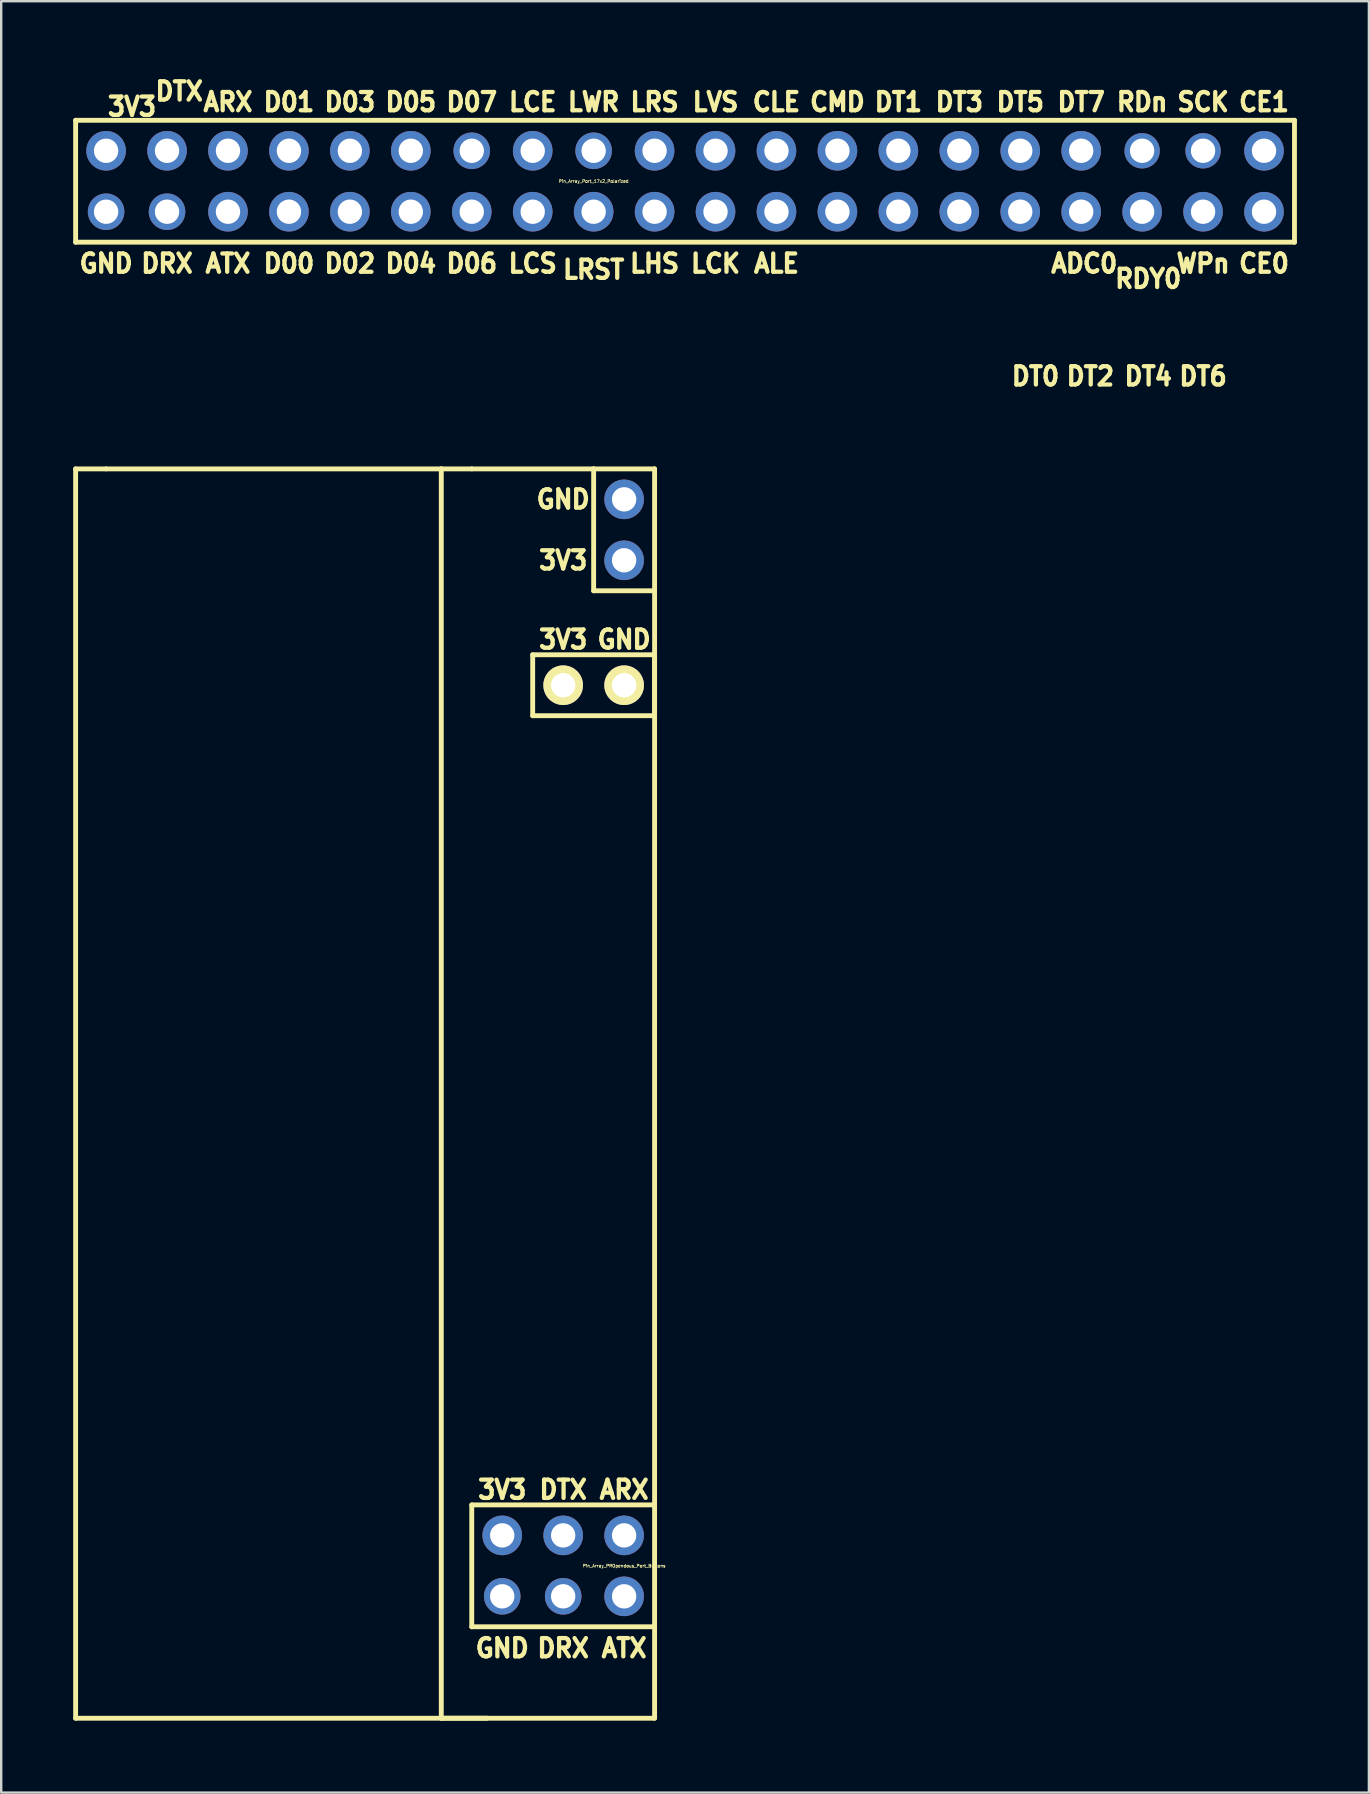
<source format=kicad_pcb>
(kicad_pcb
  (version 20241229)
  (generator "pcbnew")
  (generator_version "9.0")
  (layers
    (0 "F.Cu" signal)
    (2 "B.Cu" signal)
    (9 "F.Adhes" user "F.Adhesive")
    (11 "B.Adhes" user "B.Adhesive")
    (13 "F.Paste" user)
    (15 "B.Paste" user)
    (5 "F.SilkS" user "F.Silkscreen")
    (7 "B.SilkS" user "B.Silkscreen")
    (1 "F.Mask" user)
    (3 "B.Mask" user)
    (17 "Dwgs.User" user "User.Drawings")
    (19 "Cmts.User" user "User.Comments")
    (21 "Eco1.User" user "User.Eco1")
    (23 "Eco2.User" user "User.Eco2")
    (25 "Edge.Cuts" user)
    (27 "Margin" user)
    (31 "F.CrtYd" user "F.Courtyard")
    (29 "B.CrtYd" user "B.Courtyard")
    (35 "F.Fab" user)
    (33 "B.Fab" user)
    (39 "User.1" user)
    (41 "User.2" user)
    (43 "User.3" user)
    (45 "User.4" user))
  (footprint "Pin_Array_PROpendous_Port_Buttons"
    (layer "F.Cu")
    (at 22.962 62.212)
    (property "Reference" "Pin_Array_PROpendous_Port_Buttons" (at 0 0 0) (layer "F.SilkS") (effects (font (size 0.127 0.127) (thickness 0.025))))
    (attr through_hole)
    (fp_line (start -22.86 -45.72) (end -22.86 6.35) (stroke (width 0.203) (type solid)) (layer "F.SilkS"))
    (fp_line (start -22.86 6.35) (end -7.62 6.35) (stroke (width 0.203) (type solid)) (layer "F.SilkS"))
    (fp_line (start -21.59 -45.72) (end -22.86 -45.72) (stroke (width 0.203) (type solid)) (layer "F.SilkS"))
    (fp_line (start -21.59 -45.72) (end -7.62 -45.72) (stroke (width 0.203) (type solid)) (layer "F.SilkS"))
    (fp_line (start -7.62 -45.72) (end -7.62 6.35) (stroke (width 0.203) (type solid)) (layer "F.SilkS"))
    (fp_line (start -7.62 6.35) (end -5.715 6.35) (stroke (width 0.203) (type solid)) (layer "F.SilkS"))
    (fp_line (start -6.35 -45.72) (end -7.62 -45.72) (stroke (width 0.203) (type solid)) (layer "F.SilkS"))
    (fp_line (start -6.35 -45.72) (end -1.27 -45.72) (stroke (width 0.203) (type solid)) (layer "F.SilkS"))
    (fp_line (start -6.35 -2.54) (end -6.35 2.54) (stroke (width 0.203) (type solid)) (layer "F.SilkS"))
    (fp_line (start -6.35 -2.54) (end 1.27 -2.54) (stroke (width 0.203) (type solid)) (layer "F.SilkS"))
    (fp_line (start -6.35 2.54) (end 1.27 2.54) (stroke (width 0.203) (type solid)) (layer "F.SilkS"))
    (fp_line (start -3.81 -37.973) (end -3.81 -35.433) (stroke (width 0.203) (type solid)) (layer "F.SilkS"))
    (fp_line (start -3.81 -35.433) (end 1.27 -35.433) (stroke (width 0.203) (type solid)) (layer "F.SilkS"))
    (fp_line (start -1.27 -45.72) (end -1.27 -40.64) (stroke (width 0.203) (type solid)) (layer "F.SilkS"))
    (fp_line (start -1.27 -45.72) (end 1.27 -45.72) (stroke (width 0.203) (type solid)) (layer "F.SilkS"))
    (fp_line (start -1.27 -40.64) (end 1.27 -40.64) (stroke (width 0.203) (type solid)) (layer "F.SilkS"))
    (fp_line (start 1.27 -45.72) (end 1.27 6.35) (stroke (width 0.203) (type solid)) (layer "F.SilkS"))
    (fp_line (start 1.27 -37.973) (end -3.81 -37.973) (stroke (width 0.203) (type solid)) (layer "F.SilkS"))
    (fp_line (start 1.27 -35.433) (end 1.27 -37.973) (stroke (width 0.203) (type solid)) (layer "F.SilkS"))
    (fp_line (start 1.27 6.35) (end -7.62 6.35) (stroke (width 0.203) (type solid)) (layer "F.SilkS"))
    (fp_text user "GND" (at -2.54 -44.45 0) (layer "F.SilkS") (effects (font (size 0.762 0.711) (thickness 0.178))))
    (fp_text user "GND" (at 0 -38.608 0) (layer "F.SilkS") (effects (font (size 0.762 0.711) (thickness 0.178))))
    (fp_text user "DRX" (at -2.54 3.429 0) (layer "F.SilkS") (effects (font (size 0.762 0.711) (thickness 0.178))))
    (fp_text user "GND" (at -5.08 3.429 0) (layer "F.SilkS") (effects (font (size 0.762 0.711) (thickness 0.178))))
    (fp_text user "3V3" (at -2.54 -41.91 0) (layer "F.SilkS") (effects (font (size 0.762 0.711) (thickness 0.178))))
    (fp_text user "3V3" (at -5.08 -3.175 0) (layer "F.SilkS") (effects (font (size 0.762 0.711) (thickness 0.178))))
    (fp_text user "ATX" (at 0 3.429 0) (layer "F.SilkS") (effects (font (size 0.762 0.711) (thickness 0.178))))
    (fp_text user "3V3" (at -2.54 -38.608 0) (layer "F.SilkS") (effects (font (size 0.762 0.711) (thickness 0.178))))
    (fp_text user "DTX" (at -2.54 -3.175 0) (layer "F.SilkS") (effects (font (size 0.762 0.711) (thickness 0.178))))
    (fp_text user "ARX" (at 0 -3.175 0) (layer "F.SilkS") (effects (font (size 0.762 0.711) (thickness 0.178))))
    (pad "1" thru_hole circle (at -5.08 1.27) (size 1.524 1.524) (drill 1.016) (layers "*.Cu" "*.Mask"))
    (pad "1" thru_hole circle (at 0 -44.45) (size 1.651 1.651) (drill 1.016) (layers "*.Cu" "*.Mask"))
    (pad "1" thru_hole circle (at 0 -36.703) (size 1.651 1.651) (drill 1.016) (layers "*.Cu" "*.Mask" "F.SilkS"))
    (pad "2" thru_hole circle (at -5.08 -1.27) (size 1.651 1.651) (drill 1.016) (layers "*.Cu" "*.Mask"))
    (pad "2" thru_hole circle (at -2.54 -36.703) (size 1.651 1.651) (drill 1.016) (layers "*.Cu" "*.Mask" "F.SilkS"))
    (pad "2" thru_hole circle (at 0 -41.91) (size 1.651 1.651) (drill 1.016) (layers "*.Cu" "*.Mask"))
    (pad "3" thru_hole circle (at -2.54 1.27) (size 1.524 1.524) (drill 1.016) (layers "*.Cu" "*.Mask"))
    (pad "4" thru_hole circle (at -2.54 -1.27) (size 1.651 1.651) (drill 1.016) (layers "*.Cu" "*.Mask"))
    (pad "5" thru_hole circle (at 0 1.27) (size 1.651 1.651) (drill 1.016) (layers "*.Cu" "*.Mask"))
    (pad "6" thru_hole circle (at 0 -1.27) (size 1.651 1.651) (drill 1.016) (layers "*.Cu" "*.Mask")))
  (footprint "Pin_Array_Port_17x2_Polarized"
    (layer "F.Cu")
    (at 21.692 4.504)
    (property "Reference" "Pin_Array_Port_17x2_Polarized" (at 0 0 0) (layer "F.SilkS") (effects (font (size 0.127 0.127) (thickness 0.025))))
    (attr through_hole)
    (fp_line (start -21.59 -2.54) (end 29.21 -2.54) (stroke (width 0.203) (type solid)) (layer "F.SilkS"))
    (fp_line (start -21.59 2.54) (end -21.59 -2.54) (stroke (width 0.203) (type solid)) (layer "F.SilkS"))
    (fp_line (start 29.21 -2.54) (end 29.21 2.54) (stroke (width 0.203) (type solid)) (layer "F.SilkS"))
    (fp_line (start 29.21 2.54) (end -21.59 2.54) (stroke (width 0.203) (type solid)) (layer "F.SilkS"))
    (fp_text user "LVS" (at 5.08 -3.302 0) (layer "F.SilkS") (effects (font (size 0.762 0.711) (thickness 0.178))))
    (fp_text user "D07" (at -5.08 -3.302 0) (layer "F.SilkS") (effects (font (size 0.762 0.711) (thickness 0.178))))
    (fp_text user "CE1" (at 27.94 -3.302 0) (layer "F.SilkS") (effects (font (size 0.762 0.711) (thickness 0.178))))
    (fp_text user "DRX" (at -17.78 3.429 0) (layer "F.SilkS") (effects (font (size 0.762 0.711) (thickness 0.178))))
    (fp_text user "LRST" (at 0 3.683 0) (layer "F.SilkS") (effects (font (size 0.762 0.711) (thickness 0.178))))
    (fp_text user "WPn" (at 25.4 3.429 0) (layer "F.SilkS") (effects (font (size 0.762 0.711) (thickness 0.178))))
    (fp_text user "DTX" (at -17.272 -3.747 0) (layer "F.SilkS") (effects (font (size 0.762 0.711) (thickness 0.178))))
    (fp_text user "CE0" (at 27.94 3.429 0) (layer "F.SilkS") (effects (font (size 0.762 0.711) (thickness 0.178))))
    (fp_text user "D00" (at -12.7 3.429 0) (layer "F.SilkS") (effects (font (size 0.762 0.711) (thickness 0.178))))
    (fp_text user "DT2" (at 20.701 8.128 0) (layer "F.SilkS") (effects (font (size 0.762 0.711) (thickness 0.178))))
    (fp_text user "RDn" (at 22.86 -3.302 0) (layer "F.SilkS") (effects (font (size 0.762 0.711) (thickness 0.178))))
    (fp_text user "LCE" (at -2.54 -3.302 0) (layer "F.SilkS") (effects (font (size 0.762 0.711) (thickness 0.178))))
    (fp_text user "LCS" (at -2.54 3.429 0) (layer "F.SilkS") (effects (font (size 0.762 0.711) (thickness 0.178))))
    (fp_text user "D02" (at -10.16 3.429 0) (layer "F.SilkS") (effects (font (size 0.762 0.711) (thickness 0.178))))
    (fp_text user "CMD" (at 10.16 -3.302 0) (layer "F.SilkS") (effects (font (size 0.762 0.711) (thickness 0.178))))
    (fp_text user "DT5" (at 17.78 -3.302 0) (layer "F.SilkS") (effects (font (size 0.762 0.711) (thickness 0.178))))
    (fp_text user "DT7" (at 20.32 -3.302 0) (layer "F.SilkS") (effects (font (size 0.762 0.711) (thickness 0.178))))
    (fp_text user "LHS" (at 2.54 3.429 0) (layer "F.SilkS") (effects (font (size 0.762 0.711) (thickness 0.178))))
    (fp_text user "ARX" (at -15.24 -3.302 0) (layer "F.SilkS") (effects (font (size 0.762 0.711) (thickness 0.178))))
    (fp_text user "3V3" (at -19.241 -3.111 0) (layer "F.SilkS") (effects (font (size 0.762 0.711) (thickness 0.178))))
    (fp_text user "DT0" (at 18.415 8.128 0) (layer "F.SilkS") (effects (font (size 0.762 0.711) (thickness 0.178))))
    (fp_text user "GND" (at -20.32 3.429 0) (layer "F.SilkS") (effects (font (size 0.762 0.711) (thickness 0.178))))
    (fp_text user "DT1" (at 12.7 -3.302 0) (layer "F.SilkS") (effects (font (size 0.762 0.711) (thickness 0.178))))
    (fp_text user "D03" (at -10.16 -3.302 0) (layer "F.SilkS") (effects (font (size 0.762 0.711) (thickness 0.178))))
    (fp_text user "CLE" (at 7.62 -3.302 0) (layer "F.SilkS") (effects (font (size 0.762 0.711) (thickness 0.178))))
    (fp_text user "D01" (at -12.7 -3.302 0) (layer "F.SilkS") (effects (font (size 0.762 0.711) (thickness 0.178))))
    (fp_text user "RDY0" (at 23.114 4.064 0) (layer "F.SilkS") (effects (font (size 0.762 0.711) (thickness 0.178))))
    (fp_text user "LRS" (at 2.54 -3.302 0) (layer "F.SilkS") (effects (font (size 0.762 0.711) (thickness 0.178))))
    (fp_text user "LCK" (at 5.08 3.429 0) (layer "F.SilkS") (effects (font (size 0.762 0.711) (thickness 0.178))))
    (fp_text user "DT3" (at 15.24 -3.302 0) (layer "F.SilkS") (effects (font (size 0.762 0.711) (thickness 0.178))))
    (fp_text user "SCK" (at 25.4 -3.302 0) (layer "F.SilkS") (effects (font (size 0.762 0.711) (thickness 0.178))))
    (fp_text user "ADC0" (at 20.447 3.429 0) (layer "F.SilkS") (effects (font (size 0.762 0.711) (thickness 0.178))))
    (fp_text user "ATX" (at -15.24 3.429 0) (layer "F.SilkS") (effects (font (size 0.762 0.711) (thickness 0.178))))
    (fp_text user "LWR" (at 0 -3.302 0) (layer "F.SilkS") (effects (font (size 0.762 0.711) (thickness 0.178))))
    (fp_text user "D06" (at -5.08 3.429 0) (layer "F.SilkS") (effects (font (size 0.762 0.711) (thickness 0.178))))
    (fp_text user "DT6" (at 25.4 8.128 0) (layer "F.SilkS") (effects (font (size 0.762 0.711) (thickness 0.178))))
    (fp_text user "DT4" (at 23.114 8.128 0) (layer "F.SilkS") (effects (font (size 0.762 0.711) (thickness 0.178))))
    (fp_text user "ALE" (at 7.62 3.429 0) (layer "F.SilkS") (effects (font (size 0.762 0.711) (thickness 0.178))))
    (fp_text user "D05" (at -7.62 -3.302 0) (layer "F.SilkS") (effects (font (size 0.762 0.711) (thickness 0.178))))
    (fp_text user "D04" (at -7.62 3.429 0) (layer "F.SilkS") (effects (font (size 0.762 0.711) (thickness 0.178))))
    (pad "1" thru_hole circle (at -20.32 1.27) (size 1.524 1.524) (drill 1.016) (layers "*.Cu" "*.Mask"))
    (pad "2" thru_hole circle (at -20.32 -1.27) (size 1.651 1.651) (drill 1.016) (layers "*.Cu" "*.Mask"))
    (pad "3" thru_hole circle (at -17.78 1.27) (size 1.524 1.524) (drill 1.016) (layers "*.Cu" "*.Mask"))
    (pad "4" thru_hole circle (at -17.78 -1.27) (size 1.651 1.651) (drill 1.016) (layers "*.Cu" "*.Mask"))
    (pad "5" thru_hole circle (at -15.24 1.27) (size 1.651 1.651) (drill 1.016) (layers "*.Cu" "*.Mask"))
    (pad "6" thru_hole circle (at -15.24 -1.27) (size 1.651 1.651) (drill 1.016) (layers "*.Cu" "*.Mask"))
    (pad "7" thru_hole circle (at -12.7 1.27) (size 1.651 1.651) (drill 1.016) (layers "*.Cu" "*.Mask"))
    (pad "8" thru_hole circle (at -12.7 -1.27) (size 1.651 1.651) (drill 1.016) (layers "*.Cu" "*.Mask"))
    (pad "9" thru_hole circle (at -10.16 1.27) (size 1.651 1.651) (drill 1.016) (layers "*.Cu" "*.Mask"))
    (pad "10" thru_hole circle (at -10.16 -1.27) (size 1.651 1.651) (drill 1.016) (layers "*.Cu" "*.Mask"))
    (pad "11" thru_hole circle (at -7.62 1.27) (size 1.651 1.651) (drill 1.016) (layers "*.Cu" "*.Mask"))
    (pad "12" thru_hole circle (at -7.62 -1.27) (size 1.651 1.651) (drill 1.016) (layers "*.Cu" "*.Mask"))
    (pad "13" thru_hole circle (at -5.08 1.27) (size 1.651 1.651) (drill 1.016) (layers "*.Cu" "*.Mask"))
    (pad "14" thru_hole circle (at -5.08 -1.27) (size 1.524 1.524) (drill 1.016) (layers "*.Cu" "*.Mask"))
    (pad "15" thru_hole circle (at -2.54 1.27) (size 1.651 1.651) (drill 1.016) (layers "*.Cu" "*.Mask"))
    (pad "16" thru_hole circle (at -2.54 -1.27) (size 1.651 1.651) (drill 1.016) (layers "*.Cu" "*.Mask"))
    (pad "17" thru_hole circle (at 0 1.27) (size 1.651 1.651) (drill 1.016) (layers "*.Cu" "*.Mask"))
    (pad "18" thru_hole circle (at 0 -1.27) (size 1.524 1.524) (drill 1.016) (layers "*.Cu" "*.Mask"))
    (pad "19" thru_hole circle (at 2.54 1.27) (size 1.651 1.651) (drill 1.016) (layers "*.Cu" "*.Mask"))
    (pad "20" thru_hole circle (at 2.54 -1.27) (size 1.651 1.651) (drill 1.016) (layers "*.Cu" "*.Mask"))
    (pad "21" thru_hole circle (at 5.08 1.27) (size 1.651 1.651) (drill 1.016) (layers "*.Cu" "*.Mask"))
    (pad "22" thru_hole circle (at 5.08 -1.27) (size 1.651 1.651) (drill 1.016) (layers "*.Cu" "*.Mask"))
    (pad "23" thru_hole circle (at 7.62 1.27) (size 1.651 1.651) (drill 1.016) (layers "*.Cu" "*.Mask"))
    (pad "24" thru_hole circle (at 7.62 -1.27) (size 1.651 1.651) (drill 1.016) (layers "*.Cu" "*.Mask"))
    (pad "25" thru_hole circle (at 10.16 1.27) (size 1.651 1.651) (drill 1.016) (layers "*.Cu" "*.Mask"))
    (pad "26" thru_hole circle (at 10.16 -1.27) (size 1.651 1.651) (drill 1.016) (layers "*.Cu" "*.Mask"))
    (pad "27" thru_hole circle (at 12.7 1.27) (size 1.651 1.651) (drill 1.016) (layers "*.Cu" "*.Mask"))
    (pad "28" thru_hole circle (at 12.7 -1.27) (size 1.651 1.651) (drill 1.016) (layers "*.Cu" "*.Mask"))
    (pad "29" thru_hole circle (at 15.24 1.27) (size 1.651 1.651) (drill 1.016) (layers "*.Cu" "*.Mask"))
    (pad "30" thru_hole circle (at 15.24 -1.27) (size 1.651 1.651) (drill 1.016) (layers "*.Cu" "*.Mask"))
    (pad "31" thru_hole circle (at 17.78 1.27) (size 1.651 1.651) (drill 1.016) (layers "*.Cu" "*.Mask"))
    (pad "32" thru_hole circle (at 17.78 -1.27) (size 1.651 1.651) (drill 1.016) (layers "*.Cu" "*.Mask"))
    (pad "33" thru_hole circle (at 20.32 1.27) (size 1.651 1.651) (drill 1.016) (layers "*.Cu" "*.Mask"))
    (pad "34" thru_hole circle (at 20.32 -1.27) (size 1.651 1.651) (drill 1.016) (layers "*.Cu" "*.Mask"))
    (pad "35" thru_hole circle (at 22.86 1.27) (size 1.651 1.651) (drill 1.016) (layers "*.Cu" "*.Mask"))
    (pad "36" thru_hole circle (at 22.86 -1.27) (size 1.473 1.473) (drill 1.016) (layers "*.Cu" "*.Mask"))
    (pad "37" thru_hole circle (at 25.4 1.27) (size 1.651 1.651) (drill 1.016) (layers "*.Cu" "*.Mask"))
    (pad "38" thru_hole circle (at 25.4 -1.27) (size 1.473 1.473) (drill 1.016) (layers "*.Cu" "*.Mask"))
    (pad "39" thru_hole circle (at 27.94 1.27) (size 1.651 1.651) (drill 1.016) (layers "*.Cu" "*.Mask"))
    (pad "40" thru_hole circle (at 27.94 -1.27) (size 1.651 1.651) (drill 1.016) (layers "*.Cu" "*.Mask")))
  (gr_rect
    (start -3 -3)
    (end 54.003 71.663)
    (stroke (width 0.1) (type default))
    (fill no)
    (layer "Edge.Cuts")))
</source>
